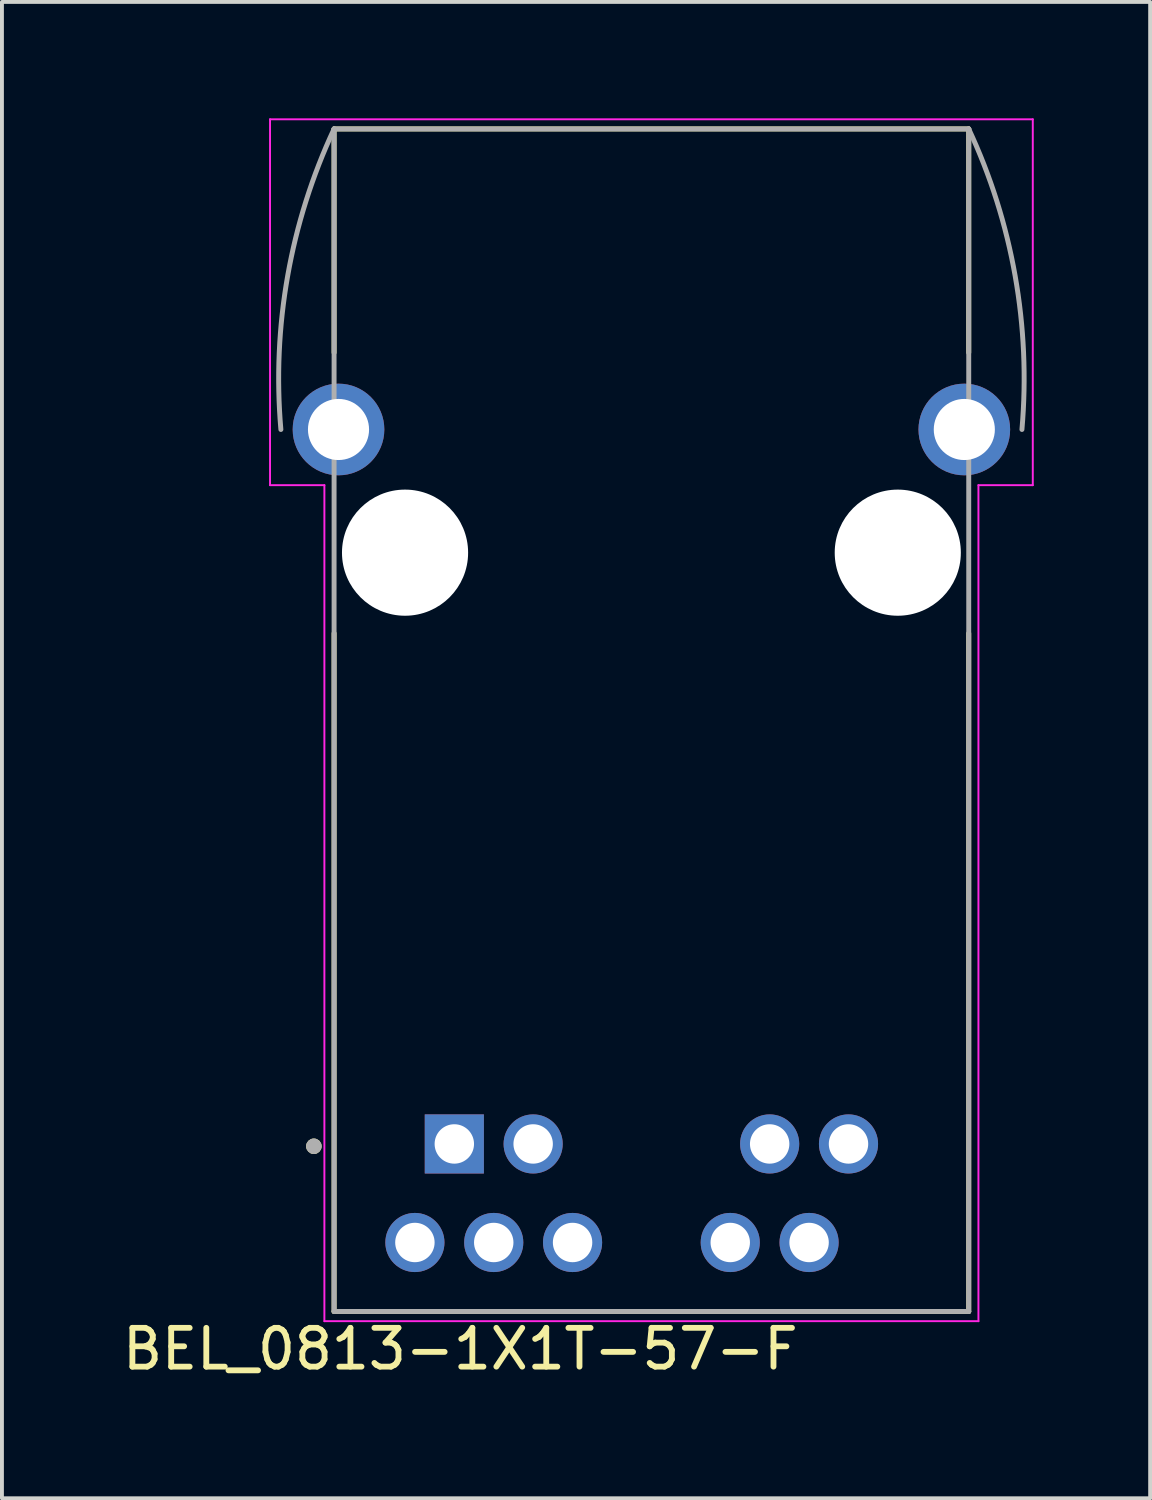
<source format=kicad_pcb>
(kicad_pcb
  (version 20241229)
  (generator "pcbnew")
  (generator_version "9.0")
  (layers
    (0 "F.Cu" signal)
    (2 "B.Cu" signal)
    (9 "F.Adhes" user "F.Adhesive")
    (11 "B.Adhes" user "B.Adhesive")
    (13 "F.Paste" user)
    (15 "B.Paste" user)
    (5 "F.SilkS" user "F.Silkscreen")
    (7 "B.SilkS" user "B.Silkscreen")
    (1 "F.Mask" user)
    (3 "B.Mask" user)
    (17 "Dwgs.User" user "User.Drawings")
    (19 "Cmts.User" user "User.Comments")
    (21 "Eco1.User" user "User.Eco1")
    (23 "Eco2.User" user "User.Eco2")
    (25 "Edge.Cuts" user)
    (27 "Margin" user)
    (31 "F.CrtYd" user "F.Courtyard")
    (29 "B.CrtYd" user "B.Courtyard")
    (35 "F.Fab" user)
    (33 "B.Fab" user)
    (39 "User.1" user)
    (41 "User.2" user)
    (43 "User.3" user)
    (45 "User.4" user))
  (footprint "BEL_0813-1X1T-57-F"
    (layer "F.Cu")
    (at 13.74 11.195)
    (property "Reference" "BEL_0813-1X1T-57-F" (at -4.925 20.525 0) (layer "F.SilkS") (effects (font (size 1 1) (thickness 0.15))))
    (attr through_hole)
    (fp_line (start -8.179 -5.156) (end -8.179 -10.922) (stroke (width 0.127) (type solid)) (layer "F.SilkS"))
    (fp_line (start -8.179 19.558) (end -8.179 2.078) (stroke (width 0.127) (type solid)) (layer "F.SilkS"))
    (fp_line (start -8.179 19.558) (end 8.179 19.558) (stroke (width 0.127) (type solid)) (layer "F.SilkS"))
    (fp_line (start 8.179 -10.922) (end -8.179 -10.922) (stroke (width 0.127) (type solid)) (layer "F.SilkS"))
    (fp_line (start 8.179 -5.156) (end 8.179 -10.922) (stroke (width 0.127) (type solid)) (layer "F.SilkS"))
    (fp_line (start 8.179 19.558) (end 8.179 2.078) (stroke (width 0.127) (type solid)) (layer "F.SilkS"))
    (fp_circle (center -8.7 15.3) (end -8.6 15.3) (stroke (width 0.2) (type solid)) (fill no) (layer "F.SilkS"))
    (fp_line (start -9.83 -11.17) (end 9.83 -11.17) (stroke (width 0.05) (type solid)) (layer "F.CrtYd"))
    (fp_line (start -9.83 -1.74) (end -9.83 -11.17) (stroke (width 0.05) (type solid)) (layer "F.CrtYd"))
    (fp_line (start -8.429 -1.74) (end -9.83 -1.74) (stroke (width 0.05) (type solid)) (layer "F.CrtYd"))
    (fp_line (start -8.429 19.808) (end -8.429 -1.74) (stroke (width 0.05) (type solid)) (layer "F.CrtYd"))
    (fp_line (start 8.429 -1.74) (end 8.429 19.808) (stroke (width 0.05) (type solid)) (layer "F.CrtYd"))
    (fp_line (start 8.429 19.808) (end -8.429 19.808) (stroke (width 0.05) (type solid)) (layer "F.CrtYd"))
    (fp_line (start 9.83 -11.17) (end 9.83 -1.74) (stroke (width 0.05) (type solid)) (layer "F.CrtYd"))
    (fp_line (start 9.83 -1.74) (end 8.429 -1.74) (stroke (width 0.05) (type solid)) (layer "F.CrtYd"))
    (fp_line (start -8.179 -10.922) (end -8.179 19.558) (stroke (width 0.127) (type solid)) (layer "F.Fab"))
    (fp_line (start -8.179 19.558) (end 8.179 19.558) (stroke (width 0.127) (type solid)) (layer "F.Fab"))
    (fp_line (start 8.179 -10.922) (end -8.179 -10.922) (stroke (width 0.127) (type solid)) (layer "F.Fab"))
    (fp_line (start 8.179 19.558) (end 8.179 -10.922) (stroke (width 0.127) (type solid)) (layer "F.Fab"))
    (fp_arc (start -9.5504 -3.175) (mid -9.374556 -7.138787) (end -8.1788 -10.922) (stroke (width 0.127) (type solid)) (layer "F.Fab"))
    (fp_arc (start 8.1788 -10.922) (mid 9.374556 -7.138787) (end 9.5504 -3.175) (stroke (width 0.127) (type solid)) (layer "F.Fab"))
    (fp_circle (center -8.7 15.3) (end -8.6 15.3) (stroke (width 0.2) (type solid)) (fill no) (layer "F.Fab"))
    (pad "" np_thru_hole circle (at -6.35 0) (size 3.251 3.251) (drill 3.251) (layers "*.Cu" "*.Mask"))
    (pad "" np_thru_hole circle (at 6.35 0) (size 3.251 3.251) (drill 3.251) (layers "*.Cu" "*.Mask"))
    (pad "1" thru_hole rect (at -5.08 15.24) (size 1.524 1.524) (drill 1.016) (layers "*.Cu" "*.Mask"))
    (pad "2" thru_hole circle (at -3.048 15.24) (size 1.524 1.524) (drill 1.016) (layers "*.Cu" "*.Mask"))
    (pad "5" thru_hole circle (at 3.048 15.24) (size 1.524 1.524) (drill 1.016) (layers "*.Cu" "*.Mask"))
    (pad "6" thru_hole circle (at 5.08 15.24) (size 1.524 1.524) (drill 1.016) (layers "*.Cu" "*.Mask"))
    (pad "7" thru_hole circle (at -6.096 17.78) (size 1.524 1.524) (drill 1.016) (layers "*.Cu" "*.Mask"))
    (pad "8" thru_hole circle (at -4.064 17.78) (size 1.524 1.524) (drill 1.016) (layers "*.Cu" "*.Mask"))
    (pad "9" thru_hole circle (at -2.032 17.78) (size 1.524 1.524) (drill 1.016) (layers "*.Cu" "*.Mask"))
    (pad "10" thru_hole circle (at 2.032 17.78) (size 1.524 1.524) (drill 1.016) (layers "*.Cu" "*.Mask"))
    (pad "11" thru_hole circle (at 4.064 17.78) (size 1.524 1.524) (drill 1.016) (layers "*.Cu" "*.Mask"))
    (pad "S1" thru_hole circle (at -8.065 -3.175) (size 2.362 2.362) (drill 1.575) (layers "*.Cu" "*.Mask"))
    (pad "S2" thru_hole circle (at 8.065 -3.175) (size 2.362 2.362) (drill 1.575) (layers "*.Cu" "*.Mask"))
    (zone (net_name "") (layer "F.Cu") (hatch full 0.508) (connect_pads) (min_thickness 0.01) (filled_areas_thickness no) (keepout (tracks not_allowed) (vias not_allowed) (pads not_allowed) (copperpour not_allowed) (footprints allowed)) (placement (enabled no)) (fill) (polygon (pts (xy 4.825 24.784) (xy 7.187 24.784) (xy 7.187 31.261) (xy 4.825 31.261))))
    (zone (net_name "") (layer "F.Cu") (hatch full 0.508) (connect_pads) (min_thickness 0.01) (filled_areas_thickness no) (keepout (tracks not_allowed) (vias not_allowed) (pads not_allowed) (copperpour not_allowed) (footprints allowed)) (placement (enabled no)) (fill) (polygon (pts (xy 20.294 24.784) (xy 22.656 24.784) (xy 22.656 31.261) (xy 20.294 31.261))))
    (zone (net_name "") (layer "F.Cu") (hatch full 0.508) (connect_pads) (min_thickness 0.01) (filled_areas_thickness no) (keepout (tracks not_allowed) (vias not_allowed) (pads not_allowed) (copperpour not_allowed) (footprints allowed)) (placement (enabled no)) (fill) (polygon (pts (xy 4.825 7.182) (xy 7.746 7.182) (xy 7.746 3.321) (xy 19.735 3.321) (xy 19.735 7.182) (xy 22.656 7.182) (xy 22.656 0.273) (xy 4.825 0.273))))
    (zone (net_name "") (layers "F.Cu" "B.Cu") (hatch full 0.508) (connect_pads) (min_thickness 0.01) (filled_areas_thickness no) (keepout (tracks allowed) (vias not_allowed) (pads allowed) (copperpour allowed) (footprints allowed)) (placement (enabled no)) (fill) (polygon (pts (xy 4.825 24.784) (xy 7.187 24.784) (xy 7.187 31.261) (xy 4.825 31.261))))
    (zone (net_name "") (layers "F.Cu" "B.Cu") (hatch full 0.508) (connect_pads) (min_thickness 0.01) (filled_areas_thickness no) (keepout (tracks allowed) (vias not_allowed) (pads allowed) (copperpour allowed) (footprints allowed)) (placement (enabled no)) (fill) (polygon (pts (xy 20.294 24.784) (xy 22.656 24.784) (xy 22.656 31.261) (xy 20.294 31.261))))
    (zone (net_name "") (layers "F.Cu" "B.Cu") (hatch full 0.508) (connect_pads) (min_thickness 0.01) (filled_areas_thickness no) (keepout (tracks allowed) (vias not_allowed) (pads allowed) (copperpour allowed) (footprints allowed)) (placement (enabled no)) (fill) (polygon (pts (xy 4.825 7.182) (xy 7.746 7.182) (xy 7.746 3.321) (xy 19.735 3.321) (xy 19.735 7.182) (xy 22.656 7.182) (xy 22.656 0.273) (xy 4.825 0.273)))))
  (gr_rect
    (start -3 -3)
    (end 26.595 35.568)
    (stroke (width 0.1) (type default))
    (fill no)
    (layer "Edge.Cuts")))
</source>
